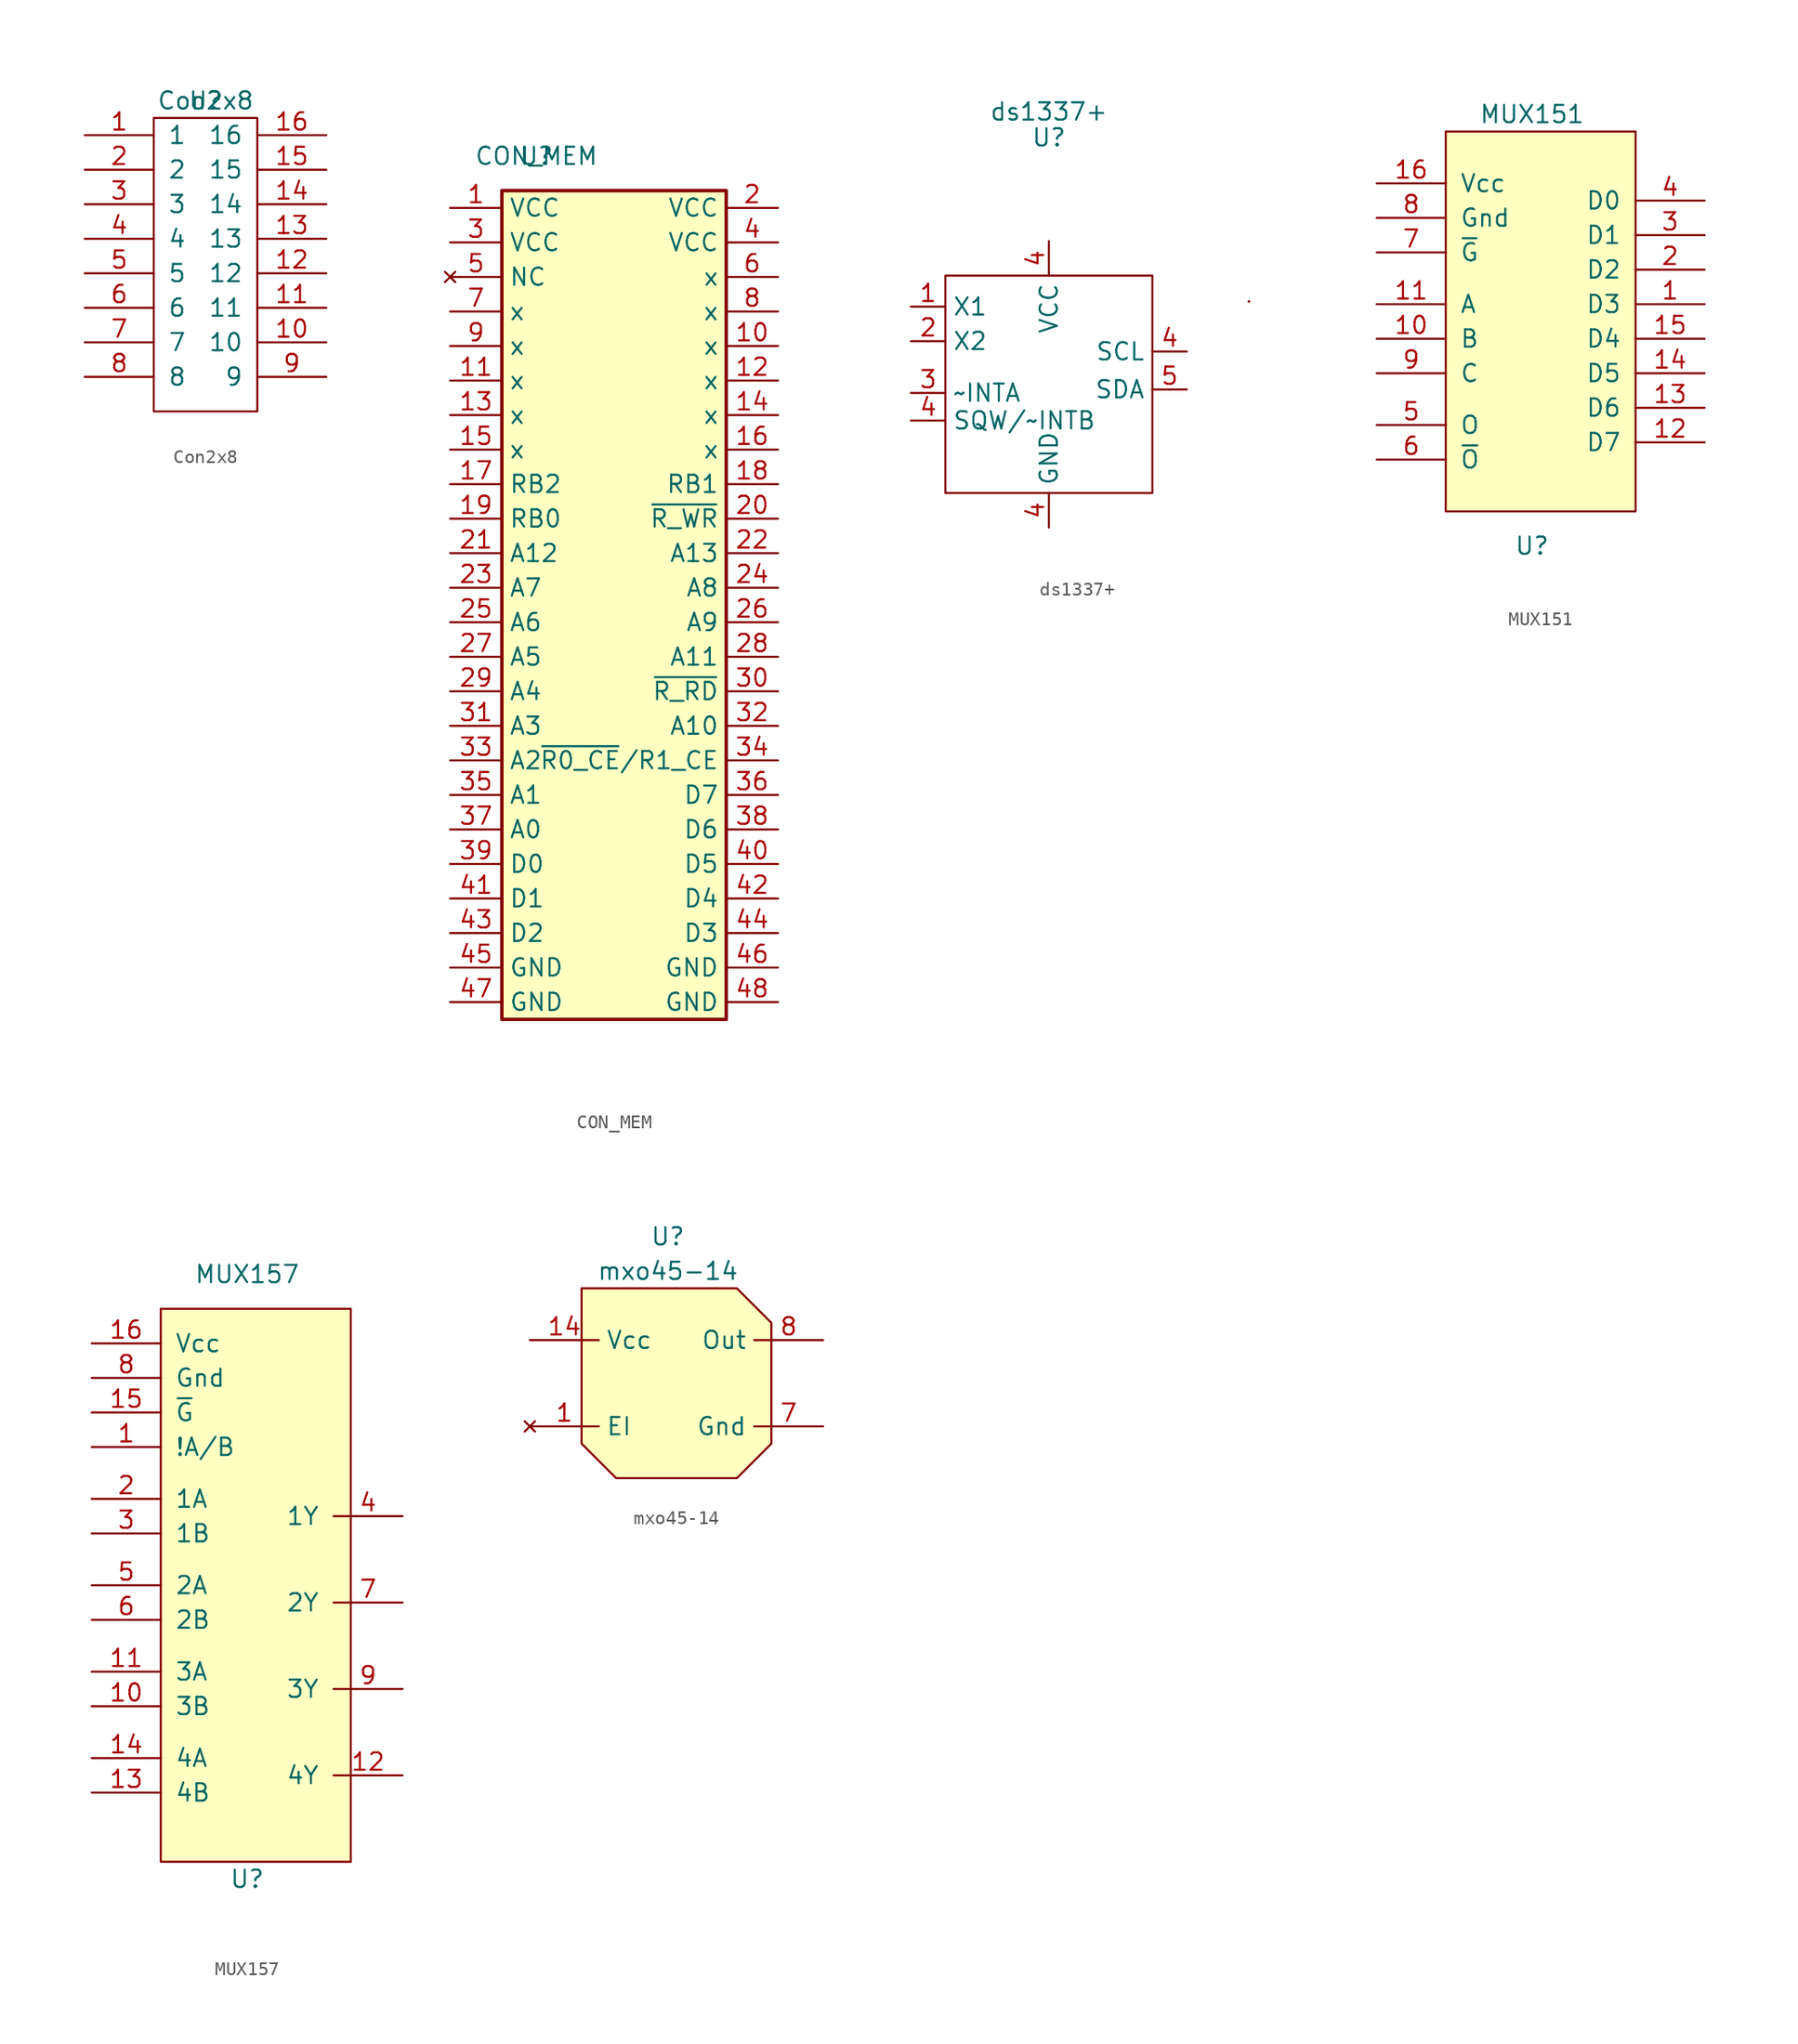
<source format=kicad_sym>
(kicad_symbol_lib
  (version 20211014)
  (generator kicad_symbol_editor)
  (symbol "Con2x8"
    (pin_names
      (offset 1.016))
    (property "Reference" "U"
      (at 0 0 0)
      (effects (font (size 1.27 1.27))))
    (property "Value" "Con2x8"
      (at 0 0 0)
      (effects (font (size 1.27 1.27))))
    (symbol "Con2x8_0_1"
      (rectangle (start -3.81 -1.27) (end 3.81 -22.86) (stroke (width 0) (type default) (color 0 0 0 0)) (fill (type none))))
    (symbol "Con2x8_1_1"
      (pin passive line (at -8.89 -2.54 0) (length 5.08) (name "1" (effects (font (size 1.27 1.27)))) (number "1" (effects (font (size 1.27 1.27)))))
      (pin passive line (at 8.89 -17.78 180) (length 5.08) (name "10" (effects (font (size 1.27 1.27)))) (number "10" (effects (font (size 1.27 1.27)))))
      (pin passive line (at 8.89 -15.24 180) (length 5.08) (name "11" (effects (font (size 1.27 1.27)))) (number "11" (effects (font (size 1.27 1.27)))))
      (pin passive line (at 8.89 -12.7 180) (length 5.08) (name "12" (effects (font (size 1.27 1.27)))) (number "12" (effects (font (size 1.27 1.27)))))
      (pin passive line (at 8.89 -10.16 180) (length 5.08) (name "13" (effects (font (size 1.27 1.27)))) (number "13" (effects (font (size 1.27 1.27)))))
      (pin passive line (at 8.89 -7.62 180) (length 5.08) (name "14" (effects (font (size 1.27 1.27)))) (number "14" (effects (font (size 1.27 1.27)))))
      (pin passive line (at 8.89 -5.08 180) (length 5.08) (name "15" (effects (font (size 1.27 1.27)))) (number "15" (effects (font (size 1.27 1.27)))))
      (pin passive line (at 8.89 -2.54 180) (length 5.08) (name "16" (effects (font (size 1.27 1.27)))) (number "16" (effects (font (size 1.27 1.27)))))
      (pin passive line (at -8.89 -5.08 0) (length 5.08) (name "2" (effects (font (size 1.27 1.27)))) (number "2" (effects (font (size 1.27 1.27)))))
      (pin passive line (at -8.89 -7.62 0) (length 5.08) (name "3" (effects (font (size 1.27 1.27)))) (number "3" (effects (font (size 1.27 1.27)))))
      (pin passive line (at -8.89 -10.16 0) (length 5.08) (name "4" (effects (font (size 1.27 1.27)))) (number "4" (effects (font (size 1.27 1.27)))))
      (pin passive line (at -8.89 -12.7 0) (length 5.08) (name "5" (effects (font (size 1.27 1.27)))) (number "5" (effects (font (size 1.27 1.27)))))
      (pin passive line (at -8.89 -15.24 0) (length 5.08) (name "6" (effects (font (size 1.27 1.27)))) (number "6" (effects (font (size 1.27 1.27)))))
      (pin passive line (at -8.89 -17.78 0) (length 5.08) (name "7" (effects (font (size 1.27 1.27)))) (number "7" (effects (font (size 1.27 1.27)))))
      (pin passive line (at -8.89 -20.32 0) (length 5.08) (name "8" (effects (font (size 1.27 1.27)))) (number "8" (effects (font (size 1.27 1.27)))))
      (pin passive line (at 8.89 -20.32 180) (length 5.08) (name "9" (effects (font (size 1.27 1.27)))) (number "9" (effects (font (size 1.27 1.27)))))))
  (symbol "CON_MEM"
    (property "Reference" "U"
      (at 0 0 0)
      (effects (font (size 1.27 1.27))))
    (property "Value" "CON_MEM"
      (at 0 0 0)
      (effects (font (size 1.27 1.27))))
    (symbol "CON_MEM_1_1"
      (rectangle (start -2.54 -2.54) (end 13.97 -63.5) (stroke (width 0.254) (type default) (color 0 0 0 0)) (fill (type background)))
      (pin passive line (at -6.35 -3.81 0) (length 3.81) (name "VCC" (effects (font (size 1.27 1.27)))) (number "1" (effects (font (size 1.27 1.27)))))
      (pin output line (at 17.78 -13.97 180) (length 3.81) (name "x" (effects (font (size 1.27 1.27)))) (number "10" (effects (font (size 1.27 1.27)))))
      (pin output line (at -6.35 -16.51 0) (length 3.81) (name "x" (effects (font (size 1.27 1.27)))) (number "11" (effects (font (size 1.27 1.27)))))
      (pin output line (at 17.78 -16.51 180) (length 3.81) (name "x" (effects (font (size 1.27 1.27)))) (number "12" (effects (font (size 1.27 1.27)))))
      (pin output line (at -6.35 -19.05 0) (length 3.81) (name "x" (effects (font (size 1.27 1.27)))) (number "13" (effects (font (size 1.27 1.27)))))
      (pin output line (at 17.78 -19.05 180) (length 3.81) (name "x" (effects (font (size 1.27 1.27)))) (number "14" (effects (font (size 1.27 1.27)))))
      (pin output line (at -6.35 -21.59 0) (length 3.81) (name "x" (effects (font (size 1.27 1.27)))) (number "15" (effects (font (size 1.27 1.27)))))
      (pin output line (at 17.78 -21.59 180) (length 3.81) (name "x" (effects (font (size 1.27 1.27)))) (number "16" (effects (font (size 1.27 1.27)))))
      (pin output line (at -6.35 -24.13 0) (length 3.81) (name "RB2" (effects (font (size 1.27 1.27)))) (number "17" (effects (font (size 1.27 1.27)))))
      (pin output line (at 17.78 -24.13 180) (length 3.81) (name "RB1" (effects (font (size 1.27 1.27)))) (number "18" (effects (font (size 1.27 1.27)))))
      (pin output line (at -6.35 -26.67 0) (length 3.81) (name "RB0" (effects (font (size 1.27 1.27)))) (number "19" (effects (font (size 1.27 1.27)))))
      (pin power_out line (at 17.78 -3.81 180) (length 3.81) (name "VCC" (effects (font (size 1.27 1.27)))) (number "2" (effects (font (size 1.27 1.27)))))
      (pin output line (at 17.78 -26.67 180) (length 3.81) (name "~{R_WR}" (effects (font (size 1.27 1.27)))) (number "20" (effects (font (size 1.27 1.27)))))
      (pin output line (at -6.35 -29.21 0) (length 3.81) (name "A12" (effects (font (size 1.27 1.27)))) (number "21" (effects (font (size 1.27 1.27)))))
      (pin output line (at 17.78 -29.21 180) (length 3.81) (name "A13" (effects (font (size 1.27 1.27)))) (number "22" (effects (font (size 1.27 1.27)))))
      (pin output line (at -6.35 -31.75 0) (length 3.81) (name "A7" (effects (font (size 1.27 1.27)))) (number "23" (effects (font (size 1.27 1.27)))))
      (pin output line (at 17.78 -31.75 180) (length 3.81) (name "A8" (effects (font (size 1.27 1.27)))) (number "24" (effects (font (size 1.27 1.27)))))
      (pin output line (at -6.35 -34.29 0) (length 3.81) (name "A6" (effects (font (size 1.27 1.27)))) (number "25" (effects (font (size 1.27 1.27)))))
      (pin output line (at 17.78 -34.29 180) (length 3.81) (name "A9" (effects (font (size 1.27 1.27)))) (number "26" (effects (font (size 1.27 1.27)))))
      (pin output line (at -6.35 -36.83 0) (length 3.81) (name "A5" (effects (font (size 1.27 1.27)))) (number "27" (effects (font (size 1.27 1.27)))))
      (pin output line (at 17.78 -36.83 180) (length 3.81) (name "A11" (effects (font (size 1.27 1.27)))) (number "28" (effects (font (size 1.27 1.27)))))
      (pin output line (at -6.35 -39.37 0) (length 3.81) (name "A4" (effects (font (size 1.27 1.27)))) (number "29" (effects (font (size 1.27 1.27)))))
      (pin passive line (at -6.35 -6.35 0) (length 3.81) (name "VCC" (effects (font (size 1.27 1.27)))) (number "3" (effects (font (size 1.27 1.27)))))
      (pin output line (at 17.78 -39.37 180) (length 3.81) (name "~{R_RD}" (effects (font (size 1.27 1.27)))) (number "30" (effects (font (size 1.27 1.27)))))
      (pin output line (at -6.35 -41.91 0) (length 3.81) (name "A3" (effects (font (size 1.27 1.27)))) (number "31" (effects (font (size 1.27 1.27)))))
      (pin output line (at 17.78 -41.91 180) (length 3.81) (name "A10" (effects (font (size 1.27 1.27)))) (number "32" (effects (font (size 1.27 1.27)))))
      (pin output line (at -6.35 -44.45 0) (length 3.81) (name "A2" (effects (font (size 1.27 1.27)))) (number "33" (effects (font (size 1.27 1.27)))))
      (pin output line (at 17.78 -44.45 180) (length 3.81) (name "~{R0_CE}/R1_CE" (effects (font (size 1.27 1.27)))) (number "34" (effects (font (size 1.27 1.27)))))
      (pin output line (at -6.35 -46.99 0) (length 3.81) (name "A1" (effects (font (size 1.27 1.27)))) (number "35" (effects (font (size 1.27 1.27)))))
      (pin output line (at 17.78 -46.99 180) (length 3.81) (name "D7" (effects (font (size 1.27 1.27)))) (number "36" (effects (font (size 1.27 1.27)))))
      (pin output line (at -6.35 -49.53 0) (length 3.81) (name "A0" (effects (font (size 1.27 1.27)))) (number "37" (effects (font (size 1.27 1.27)))))
      (pin output line (at 17.78 -49.53 180) (length 3.81) (name "D6" (effects (font (size 1.27 1.27)))) (number "38" (effects (font (size 1.27 1.27)))))
      (pin output line (at -6.35 -52.07 0) (length 3.81) (name "D0" (effects (font (size 1.27 1.27)))) (number "39" (effects (font (size 1.27 1.27)))))
      (pin passive line (at 17.78 -6.35 180) (length 3.81) (name "VCC" (effects (font (size 1.27 1.27)))) (number "4" (effects (font (size 1.27 1.27)))))
      (pin output line (at 17.78 -52.07 180) (length 3.81) (name "D5" (effects (font (size 1.27 1.27)))) (number "40" (effects (font (size 1.27 1.27)))))
      (pin output line (at -6.35 -54.61 0) (length 3.81) (name "D1" (effects (font (size 1.27 1.27)))) (number "41" (effects (font (size 1.27 1.27)))))
      (pin output line (at 17.78 -54.61 180) (length 3.81) (name "D4" (effects (font (size 1.27 1.27)))) (number "42" (effects (font (size 1.27 1.27)))))
      (pin output line (at -6.35 -57.15 0) (length 3.81) (name "D2" (effects (font (size 1.27 1.27)))) (number "43" (effects (font (size 1.27 1.27)))))
      (pin output line (at 17.78 -57.15 180) (length 3.81) (name "D3" (effects (font (size 1.27 1.27)))) (number "44" (effects (font (size 1.27 1.27)))))
      (pin passive line (at -6.35 -59.69 0) (length 3.81) (name "GND" (effects (font (size 1.27 1.27)))) (number "45" (effects (font (size 1.27 1.27)))))
      (pin passive line (at 17.78 -59.69 180) (length 3.81) (name "GND" (effects (font (size 1.27 1.27)))) (number "46" (effects (font (size 1.27 1.27)))))
      (pin power_out line (at -6.35 -62.23 0) (length 3.81) (name "GND" (effects (font (size 1.27 1.27)))) (number "47" (effects (font (size 1.27 1.27)))))
      (pin passive line (at 17.78 -62.23 180) (length 3.81) (name "GND" (effects (font (size 1.27 1.27)))) (number "48" (effects (font (size 1.27 1.27)))))
      (pin no_connect line (at -6.35 -8.89 0) (length 3.81) (name "NC" (effects (font (size 1.27 1.27)))) (number "5" (effects (font (size 1.27 1.27)))))
      (pin output line (at 17.78 -8.89 180) (length 3.81) (name "x" (effects (font (size 1.27 1.27)))) (number "6" (effects (font (size 1.27 1.27)))))
      (pin output line (at -6.35 -11.43 0) (length 3.81) (name "x" (effects (font (size 1.27 1.27)))) (number "7" (effects (font (size 1.27 1.27)))))
      (pin output line (at 17.78 -11.43 180) (length 3.81) (name "x" (effects (font (size 1.27 1.27)))) (number "8" (effects (font (size 1.27 1.27)))))
      (pin output line (at -6.35 -13.97 0) (length 3.81) (name "x" (effects (font (size 1.27 1.27)))) (number "9" (effects (font (size 1.27 1.27)))))))
  (symbol "ds1337+"
    (property "Reference" "U"
      (at 0 0 0)
      (effects (font (size 1.27 1.27))))
    (property "Value" "ds1337+"
      (at 0 1.905 0)
      (effects (font (size 1.27 1.27))))
    (symbol "ds1337+_0_1"
      (rectangle (start -7.62 -10.16) (end 7.62 -26.162) (stroke (width 0) (type default) (color 0 0 0 0)) (fill (type none)))
      (rectangle (start 14.732 -12.065) (end 14.732 -12.065) (stroke (width 0) (type default) (color 0 0 0 0)) (fill (type none)))
      (rectangle (start 14.732 -12.065) (end 14.732 -12.065) (stroke (width 0) (type default) (color 0 0 0 0)) (fill (type none)))
      (rectangle (start 14.732 -12.065) (end 14.732 -12.065) (stroke (width 0) (type default) (color 0 0 0 0)) (fill (type none)))
      (rectangle (start 14.732 -12.065) (end 14.732 -12.065) (stroke (width 0) (type default) (color 0 0 0 0)) (fill (type none)))
      (rectangle (start 14.732 -12.065) (end 14.732 -12.065) (stroke (width 0) (type default) (color 0 0 0 0)) (fill (type none))))
    (symbol "ds1337+_1_1"
      (pin input line (at -10.16 -12.446 0) (length 2.54) (name "X1" (effects (font (size 1.27 1.27)))) (number "1" (effects (font (size 1.27 1.27)))))
      (pin input line (at -10.16 -14.986 0) (length 2.54) (name "X2" (effects (font (size 1.27 1.27)))) (number "2" (effects (font (size 1.27 1.27)))))
      (pin input line (at -10.16 -18.796 0) (length 2.54) (name "~INTA" (effects (font (size 1.27 1.27)))) (number "3" (effects (font (size 1.27 1.27)))))
      (pin power_in line (at 0 -28.702 90) (length 2.54) (name "GND" (effects (font (size 1.27 1.27)))) (number "4" (effects (font (size 1.27 1.27)))))
      (pin input line (at 10.16 -15.748 180) (length 2.54) (name "SCL" (effects (font (size 1.27 1.27)))) (number "4" (effects (font (size 1.27 1.27)))))
      (pin input line (at -10.16 -20.828 0) (length 2.54) (name "SQW/~INTB" (effects (font (size 1.27 1.27)))) (number "4" (effects (font (size 1.27 1.27)))))
      (pin power_in line (at 0 -7.62 270) (length 2.54) (name "VCC" (effects (font (size 1.27 1.27)))) (number "4" (effects (font (size 1.27 1.27)))))
      (pin input line (at 10.16 -18.542 180) (length 2.54) (name "SDA" (effects (font (size 1.27 1.27)))) (number "5" (effects (font (size 1.27 1.27)))))))
  (symbol "MUX151"
    (pin_names
      (offset 1.016))
    (property "Reference" "U"
      (at 1.27 -31.75 0)
      (effects (font (size 1.27 1.27))))
    (property "Value" "MUX151"
      (at 1.27 0 0)
      (effects (font (size 1.27 1.27))))
    (symbol "MUX151_0_1"
      (rectangle (start -5.08 -1.27) (end 8.89 -29.21) (stroke (width 0) (type default) (color 0 0 0 0)) (fill (type background))))
    (symbol "MUX151_1_1"
      (pin input line (at 13.97 -13.97 180) (length 5.08) (name "D3" (effects (font (size 1.27 1.27)))) (number "1" (effects (font (size 1.27 1.27)))))
      (pin input line (at -10.16 -16.51 0) (length 5.08) (name "B" (effects (font (size 1.27 1.27)))) (number "10" (effects (font (size 1.27 1.27)))))
      (pin input line (at -10.16 -13.97 0) (length 5.08) (name "A" (effects (font (size 1.27 1.27)))) (number "11" (effects (font (size 1.27 1.27)))))
      (pin input line (at 13.97 -24.13 180) (length 5.08) (name "D7" (effects (font (size 1.27 1.27)))) (number "12" (effects (font (size 1.27 1.27)))))
      (pin input line (at 13.97 -21.59 180) (length 5.08) (name "D6" (effects (font (size 1.27 1.27)))) (number "13" (effects (font (size 1.27 1.27)))))
      (pin input line (at 13.97 -19.05 180) (length 5.08) (name "D5" (effects (font (size 1.27 1.27)))) (number "14" (effects (font (size 1.27 1.27)))))
      (pin input line (at 13.97 -16.51 180) (length 5.08) (name "D4" (effects (font (size 1.27 1.27)))) (number "15" (effects (font (size 1.27 1.27)))))
      (pin power_in line (at -10.16 -5.08 0) (length 5.08) (name "Vcc" (effects (font (size 1.27 1.27)))) (number "16" (effects (font (size 1.27 1.27)))))
      (pin input line (at 13.97 -11.43 180) (length 5.08) (name "D2" (effects (font (size 1.27 1.27)))) (number "2" (effects (font (size 1.27 1.27)))))
      (pin input line (at 13.97 -8.89 180) (length 5.08) (name "D1" (effects (font (size 1.27 1.27)))) (number "3" (effects (font (size 1.27 1.27)))))
      (pin input line (at 13.97 -6.35 180) (length 5.08) (name "D0" (effects (font (size 1.27 1.27)))) (number "4" (effects (font (size 1.27 1.27)))))
      (pin output line (at -10.16 -22.86 0) (length 5.08) (name "O" (effects (font (size 1.27 1.27)))) (number "5" (effects (font (size 1.27 1.27)))))
      (pin output line (at -10.16 -25.4 0) (length 5.08) (name "~{O}" (effects (font (size 1.27 1.27)))) (number "6" (effects (font (size 1.27 1.27)))))
      (pin input line (at -10.16 -10.16 0) (length 5.08) (name "~{G}" (effects (font (size 1.27 1.27)))) (number "7" (effects (font (size 1.27 1.27)))))
      (pin power_in line (at -10.16 -7.62 0) (length 5.08) (name "Gnd" (effects (font (size 1.27 1.27)))) (number "8" (effects (font (size 1.27 1.27)))))
      (pin input line (at -10.16 -19.05 0) (length 5.08) (name "C" (effects (font (size 1.27 1.27)))) (number "9" (effects (font (size 1.27 1.27)))))))
  (symbol "MUX157"
    (pin_names
      (offset 1.016))
    (property "Reference" "U"
      (at 0 -44.45 0)
      (effects (font (size 1.27 1.27))))
    (property "Value" "MUX157"
      (at 0 0 0)
      (effects (font (size 1.27 1.27))))
    (symbol "MUX157_1_1"
      (rectangle (start -6.35 -2.54) (end 7.62 -43.18) (stroke (width 0) (type default) (color 0 0 0 0)) (fill (type background)))
      (pin input line (at -11.43 -12.7 0) (length 5.08) (name "!A/B" (effects (font (size 1.27 1.27)))) (number "1" (effects (font (size 1.27 1.27)))))
      (pin input line (at -11.43 -31.75 0) (length 5.08) (name "3B" (effects (font (size 1.27 1.27)))) (number "10" (effects (font (size 1.27 1.27)))))
      (pin input line (at -11.43 -29.21 0) (length 5.08) (name "3A" (effects (font (size 1.27 1.27)))) (number "11" (effects (font (size 1.27 1.27)))))
      (pin output line (at 11.43 -36.83 180) (length 5.08) (name "4Y" (effects (font (size 1.27 1.27)))) (number "12" (effects (font (size 1.27 1.27)))))
      (pin input line (at -11.43 -38.1 0) (length 5.08) (name "4B" (effects (font (size 1.27 1.27)))) (number "13" (effects (font (size 1.27 1.27)))))
      (pin input line (at -11.43 -35.56 0) (length 5.08) (name "4A" (effects (font (size 1.27 1.27)))) (number "14" (effects (font (size 1.27 1.27)))))
      (pin input line (at -11.43 -10.16 0) (length 5.08) (name "~{G}" (effects (font (size 1.27 1.27)))) (number "15" (effects (font (size 1.27 1.27)))))
      (pin power_in line (at -11.43 -5.08 0) (length 5.08) (name "Vcc" (effects (font (size 1.27 1.27)))) (number "16" (effects (font (size 1.27 1.27)))))
      (pin input line (at -11.43 -16.51 0) (length 5.08) (name "1A" (effects (font (size 1.27 1.27)))) (number "2" (effects (font (size 1.27 1.27)))))
      (pin input line (at -11.43 -19.05 0) (length 5.08) (name "1B" (effects (font (size 1.27 1.27)))) (number "3" (effects (font (size 1.27 1.27)))))
      (pin output line (at 11.43 -17.78 180) (length 5.08) (name "1Y" (effects (font (size 1.27 1.27)))) (number "4" (effects (font (size 1.27 1.27)))))
      (pin input line (at -11.43 -22.86 0) (length 5.08) (name "2A" (effects (font (size 1.27 1.27)))) (number "5" (effects (font (size 1.27 1.27)))))
      (pin input line (at -11.43 -25.4 0) (length 5.08) (name "2B" (effects (font (size 1.27 1.27)))) (number "6" (effects (font (size 1.27 1.27)))))
      (pin output line (at 11.43 -24.13 180) (length 5.08) (name "2Y" (effects (font (size 1.27 1.27)))) (number "7" (effects (font (size 1.27 1.27)))))
      (pin power_in line (at -11.43 -7.62 0) (length 5.08) (name "Gnd" (effects (font (size 1.27 1.27)))) (number "8" (effects (font (size 1.27 1.27)))))
      (pin output line (at 11.43 -30.48 180) (length 5.08) (name "3Y" (effects (font (size 1.27 1.27)))) (number "9" (effects (font (size 1.27 1.27)))))))
  (symbol "mxo45-14"
    (property "Reference" "U"
      (at 0 0 0)
      (effects (font (size 1.27 1.27))))
    (property "Value" "mxo45-14"
      (at 0 -2.54 0)
      (effects (font (size 1.27 1.27))))
    (symbol "mxo45-14_0_1"
      (polyline (pts (xy -6.35 -3.81) (xy 5.08 -3.81) (xy 7.62 -6.35) (xy 7.62 -15.24) (xy 5.08 -17.78) (xy -3.81 -17.78) (xy -6.35 -15.24) (xy -6.35 -3.81)) (stroke (width 0.152) (type default) (color 0 0 0 0)) (fill (type background))))
    (symbol "mxo45-14_1_1"
      (pin no_connect line (at -10.16 -13.97 0) (length 5.08) (name "EI" (effects (font (size 1.27 1.27)))) (number "1" (effects (font (size 1.27 1.27)))))
      (pin power_in line (at -10.16 -7.62 0) (length 5.08) (name "Vcc" (effects (font (size 1.27 1.27)))) (number "14" (effects (font (size 1.27 1.27)))))
      (pin power_in line (at 11.43 -13.97 180) (length 5.08) (name "Gnd" (effects (font (size 1.27 1.27)))) (number "7" (effects (font (size 1.27 1.27)))))
      (pin output line (at 11.43 -7.62 180) (length 5.08) (name "Out" (effects (font (size 1.27 1.27)))) (number "8" (effects (font (size 1.27 1.27))))))))
</source>
